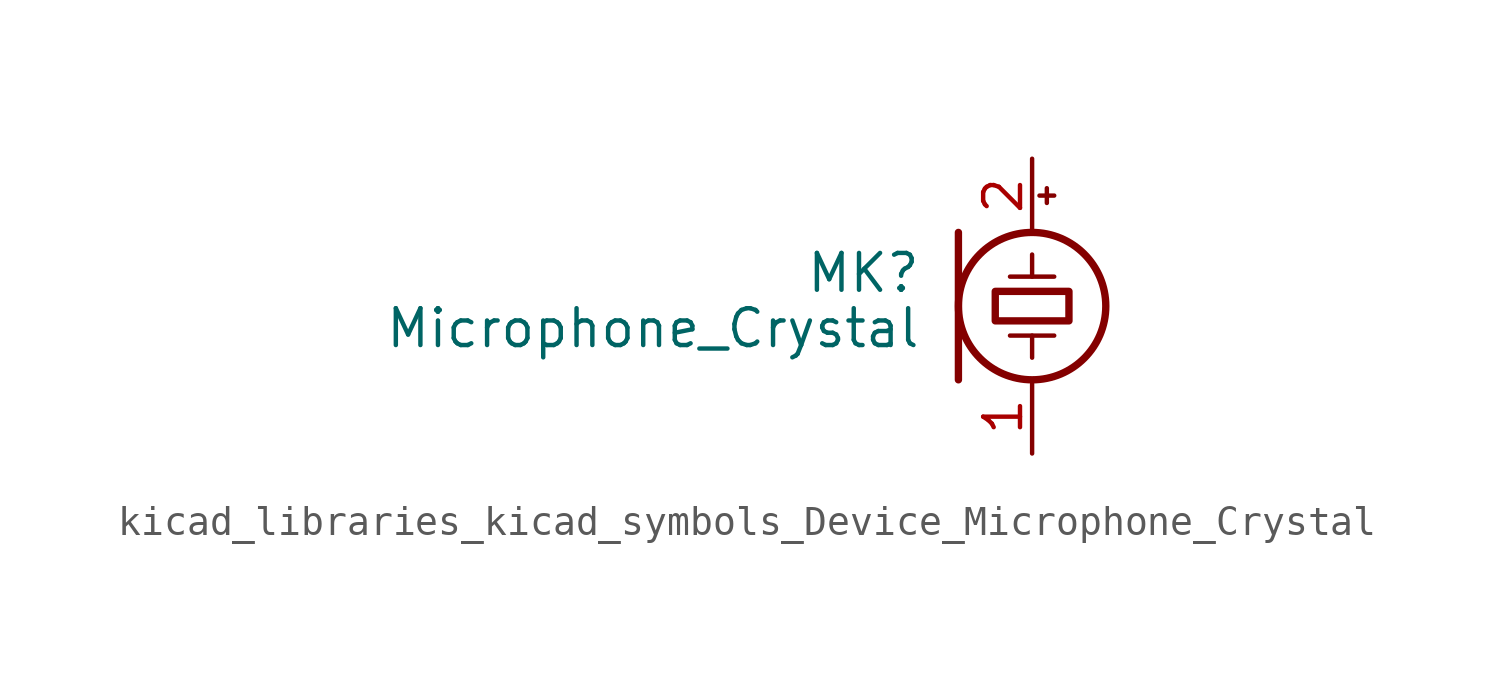
<source format=kicad_sym>
(kicad_symbol_lib
  (version 20220914)
  (generator kicad_symbol_editor)
  (symbol "kicad_libraries_kicad_symbols_Device_Microphone_Crystal"
    (pin_names
      (offset 0.025) hide)
    (property "Reference" "MK"
      (at -3.81 1.143 0)
      (effects (font (size 1.27 1.27)) (justify right)))
    (property "Value" "Microphone_Crystal"
      (at -3.81 -0.762 0)
      (effects (font (size 1.27 1.27)) (justify right)))
    (symbol "kicad_libraries_kicad_symbols_Device_Microphone_Crystal_0_1"
      (rectangle (start -1.27 0.508) (end 1.27 -0.508) (stroke (width 0.254) (type default)) (fill (type none)))
      (polyline (pts (xy -2.54 2.54) (xy -2.54 -2.54)) (stroke (width 0.254) (type default)) (fill (type none)))
      (polyline (pts (xy -0.762 -1.016) (xy 0.762 -1.016)) (stroke (width 0) (type default)) (fill (type none)))
      (polyline (pts (xy -0.762 1.016) (xy 0.762 1.016)) (stroke (width 0) (type default)) (fill (type none)))
      (polyline (pts (xy 0 -1.016) (xy 0 -1.778)) (stroke (width 0) (type default)) (fill (type none)))
      (polyline (pts (xy 0 1.016) (xy 0 1.778)) (stroke (width 0) (type default)) (fill (type none)))
      (polyline (pts (xy 0.254 3.81) (xy 0.762 3.81)) (stroke (width 0) (type default)) (fill (type none)))
      (polyline (pts (xy 0.508 4.064) (xy 0.508 3.556)) (stroke (width 0) (type default)) (fill (type none)))
      (circle (center 0 0) (radius 2.54) (stroke (width 0.254) (type default)) (fill (type none))))
    (symbol "kicad_libraries_kicad_symbols_Device_Microphone_Crystal_1_1"
      (pin passive line (at 0 -5.08 90) (length 2.54) (name "-" (effects (font (size 1.27 1.27)))) (number "1" (effects (font (size 1.27 1.27)))))
      (pin passive line (at 0 5.08 270) (length 2.54) (name "+" (effects (font (size 1.27 1.27)))) (number "2" (effects (font (size 1.27 1.27))))))))
</source>
